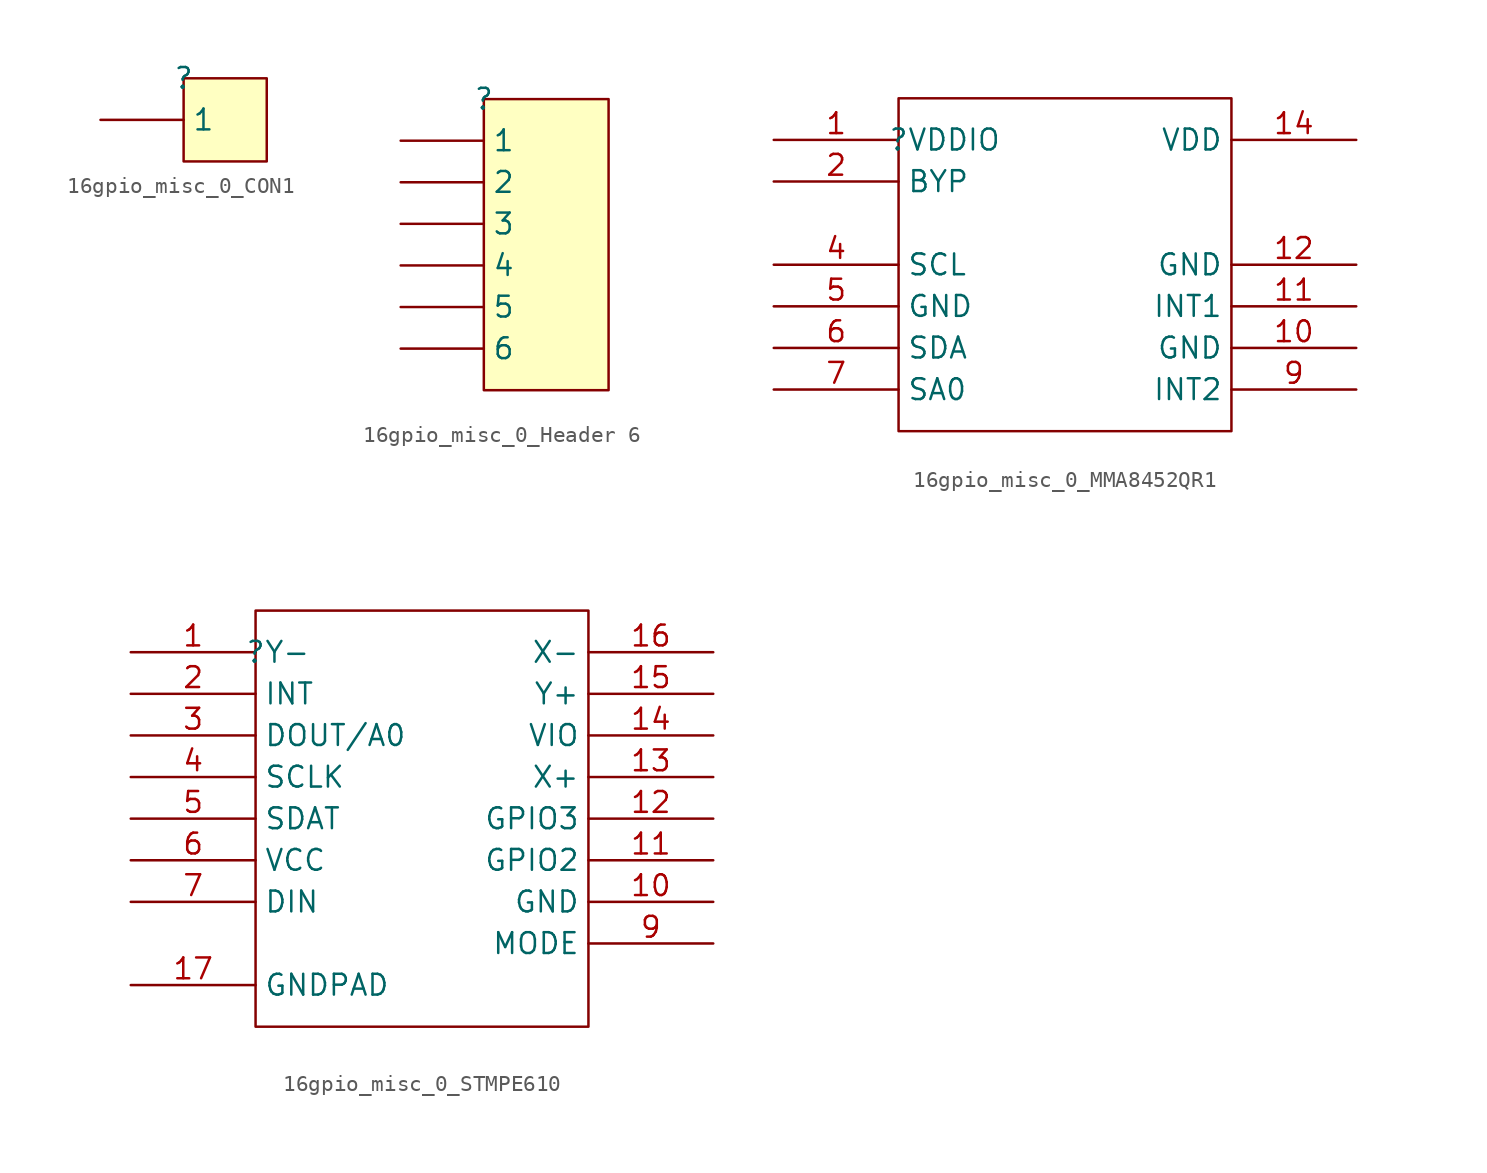
<source format=kicad_sym>
(kicad_symbol_lib
  (version 20220914)
  (generator kicad_symbol_editor)
  (symbol "16gpio_misc_0_CON1"
    (property "Reference" ""
      (at 0 0 0)
      (effects (font (size 1.27 1.27))))
    (property "Value" ""
      (at 0 0 0)
      (effects (font (size 1.27 1.27))))
    (symbol "16gpio_misc_0_CON1_1_0"
      (rectangle (start 5.08 0) (end 0 -5.08) (stroke (width 0) (type solid)) (fill (type background)))
      (pin passive line (at -5.08 -2.54 0) (length 5.08) (name "1" (effects (font (size 1.27 1.27)))) (number "1" (effects (font (size 0 0)))))))
  (symbol "16gpio_misc_0_Header 6"
    (property "Reference" ""
      (at 0 0 0)
      (effects (font (size 1.27 1.27))))
    (property "Value" ""
      (at 0 0 0)
      (effects (font (size 1.27 1.27))))
    (symbol "16gpio_misc_0_Header 6_1_0"
      (rectangle (start 7.62 0) (end 0 -17.78) (stroke (width 0) (type solid)) (fill (type background)))
      (pin passive line (at -5.08 -2.54 0) (length 5.08) (name "1" (effects (font (size 1.27 1.27)))) (number "1" (effects (font (size 0 0)))))
      (pin passive line (at -5.08 -5.08 0) (length 5.08) (name "2" (effects (font (size 1.27 1.27)))) (number "2" (effects (font (size 0 0)))))
      (pin passive line (at -5.08 -7.62 0) (length 5.08) (name "3" (effects (font (size 1.27 1.27)))) (number "3" (effects (font (size 0 0)))))
      (pin passive line (at -5.08 -10.16 0) (length 5.08) (name "4" (effects (font (size 1.27 1.27)))) (number "4" (effects (font (size 0 0)))))
      (pin passive line (at -5.08 -12.7 0) (length 5.08) (name "5" (effects (font (size 1.27 1.27)))) (number "5" (effects (font (size 0 0)))))
      (pin passive line (at -5.08 -15.24 0) (length 5.08) (name "6" (effects (font (size 1.27 1.27)))) (number "6" (effects (font (size 0 0)))))))
  (symbol "16gpio_misc_0_MMA8452QR1"
    (property "Reference" ""
      (at 0 0 0)
      (effects (font (size 1.27 1.27))))
    (property "Value" ""
      (at 0 0 0)
      (effects (font (size 1.27 1.27))))
    (symbol "16gpio_misc_0_MMA8452QR1_1_0"
      (rectangle (start 20.32 2.54) (end 0 -17.78) (stroke (width 0) (type solid)) (fill (type none)))
      (pin power_in line (at -7.62 0 0) (length 7.62) (name "VDDIO" (effects (font (size 1.27 1.27)))) (number "1" (effects (font (size 1.27 1.27)))))
      (pin power_in line (at 27.94 -12.7 180) (length 7.62) (name "GND" (effects (font (size 1.27 1.27)))) (number "10" (effects (font (size 1.27 1.27)))))
      (pin output line (at 27.94 -10.16 180) (length 7.62) (name "INT1" (effects (font (size 1.27 1.27)))) (number "11" (effects (font (size 1.27 1.27)))))
      (pin power_in line (at 27.94 -7.62 180) (length 7.62) (name "GND" (effects (font (size 1.27 1.27)))) (number "12" (effects (font (size 1.27 1.27)))))
      (pin power_in line (at 27.94 0 180) (length 7.62) (name "VDD" (effects (font (size 1.27 1.27)))) (number "14" (effects (font (size 1.27 1.27)))))
      (pin passive line (at -7.62 -2.54 0) (length 7.62) (name "BYP" (effects (font (size 1.27 1.27)))) (number "2" (effects (font (size 1.27 1.27)))))
      (pin open_collector line (at -7.62 -7.62 0) (length 7.62) (name "SCL" (effects (font (size 1.27 1.27)))) (number "4" (effects (font (size 1.27 1.27)))))
      (pin power_in line (at -7.62 -10.16 0) (length 7.62) (name "GND" (effects (font (size 1.27 1.27)))) (number "5" (effects (font (size 1.27 1.27)))))
      (pin open_collector line (at -7.62 -12.7 0) (length 7.62) (name "SDA" (effects (font (size 1.27 1.27)))) (number "6" (effects (font (size 1.27 1.27)))))
      (pin input line (at -7.62 -15.24 0) (length 7.62) (name "SA0" (effects (font (size 1.27 1.27)))) (number "7" (effects (font (size 1.27 1.27)))))
      (pin output line (at 27.94 -15.24 180) (length 7.62) (name "INT2" (effects (font (size 1.27 1.27)))) (number "9" (effects (font (size 1.27 1.27)))))))
  (symbol "16gpio_misc_0_STMPE610"
    (property "Reference" ""
      (at 0 0 0)
      (effects (font (size 1.27 1.27))))
    (property "Value" ""
      (at 0 0 0)
      (effects (font (size 1.27 1.27))))
    (symbol "16gpio_misc_0_STMPE610_1_0"
      (rectangle (start 20.32 2.54) (end 0 -22.86) (stroke (width 0) (type solid)) (fill (type none)))
      (pin passive line (at -7.62 0 0) (length 7.62) (name "Y-" (effects (font (size 1.27 1.27)))) (number "1" (effects (font (size 1.27 1.27)))))
      (pin power_in line (at 27.94 -15.24 180) (length 7.62) (name "GND" (effects (font (size 1.27 1.27)))) (number "10" (effects (font (size 1.27 1.27)))))
      (pin bidirectional line (at 27.94 -12.7 180) (length 7.62) (name "GPIO2" (effects (font (size 1.27 1.27)))) (number "11" (effects (font (size 1.27 1.27)))))
      (pin bidirectional line (at 27.94 -10.16 180) (length 7.62) (name "GPIO3" (effects (font (size 1.27 1.27)))) (number "12" (effects (font (size 1.27 1.27)))))
      (pin passive line (at 27.94 -7.62 180) (length 7.62) (name "X+" (effects (font (size 1.27 1.27)))) (number "13" (effects (font (size 1.27 1.27)))))
      (pin power_in line (at 27.94 -5.08 180) (length 7.62) (name "VIO" (effects (font (size 1.27 1.27)))) (number "14" (effects (font (size 1.27 1.27)))))
      (pin passive line (at 27.94 -2.54 180) (length 7.62) (name "Y+" (effects (font (size 1.27 1.27)))) (number "15" (effects (font (size 1.27 1.27)))))
      (pin passive line (at 27.94 0 180) (length 7.62) (name "X-" (effects (font (size 1.27 1.27)))) (number "16" (effects (font (size 1.27 1.27)))))
      (pin power_in line (at -7.62 -20.32 0) (length 7.62) (name "GNDPAD" (effects (font (size 1.27 1.27)))) (number "17" (effects (font (size 1.27 1.27)))))
      (pin open_collector line (at -7.62 -2.54 0) (length 7.62) (name "INT" (effects (font (size 1.27 1.27)))) (number "2" (effects (font (size 1.27 1.27)))))
      (pin bidirectional line (at -7.62 -5.08 0) (length 7.62) (name "DOUT/A0" (effects (font (size 1.27 1.27)))) (number "3" (effects (font (size 1.27 1.27)))))
      (pin bidirectional line (at -7.62 -7.62 0) (length 7.62) (name "SCLK" (effects (font (size 1.27 1.27)))) (number "4" (effects (font (size 1.27 1.27)))))
      (pin bidirectional line (at -7.62 -10.16 0) (length 7.62) (name "SDAT" (effects (font (size 1.27 1.27)))) (number "5" (effects (font (size 1.27 1.27)))))
      (pin power_in line (at -7.62 -12.7 0) (length 7.62) (name "VCC" (effects (font (size 1.27 1.27)))) (number "6" (effects (font (size 1.27 1.27)))))
      (pin input line (at -7.62 -15.24 0) (length 7.62) (name "DIN" (effects (font (size 1.27 1.27)))) (number "7" (effects (font (size 1.27 1.27)))))
      (pin input line (at 27.94 -17.78 180) (length 7.62) (name "MODE" (effects (font (size 1.27 1.27)))) (number "9" (effects (font (size 1.27 1.27))))))))
</source>
